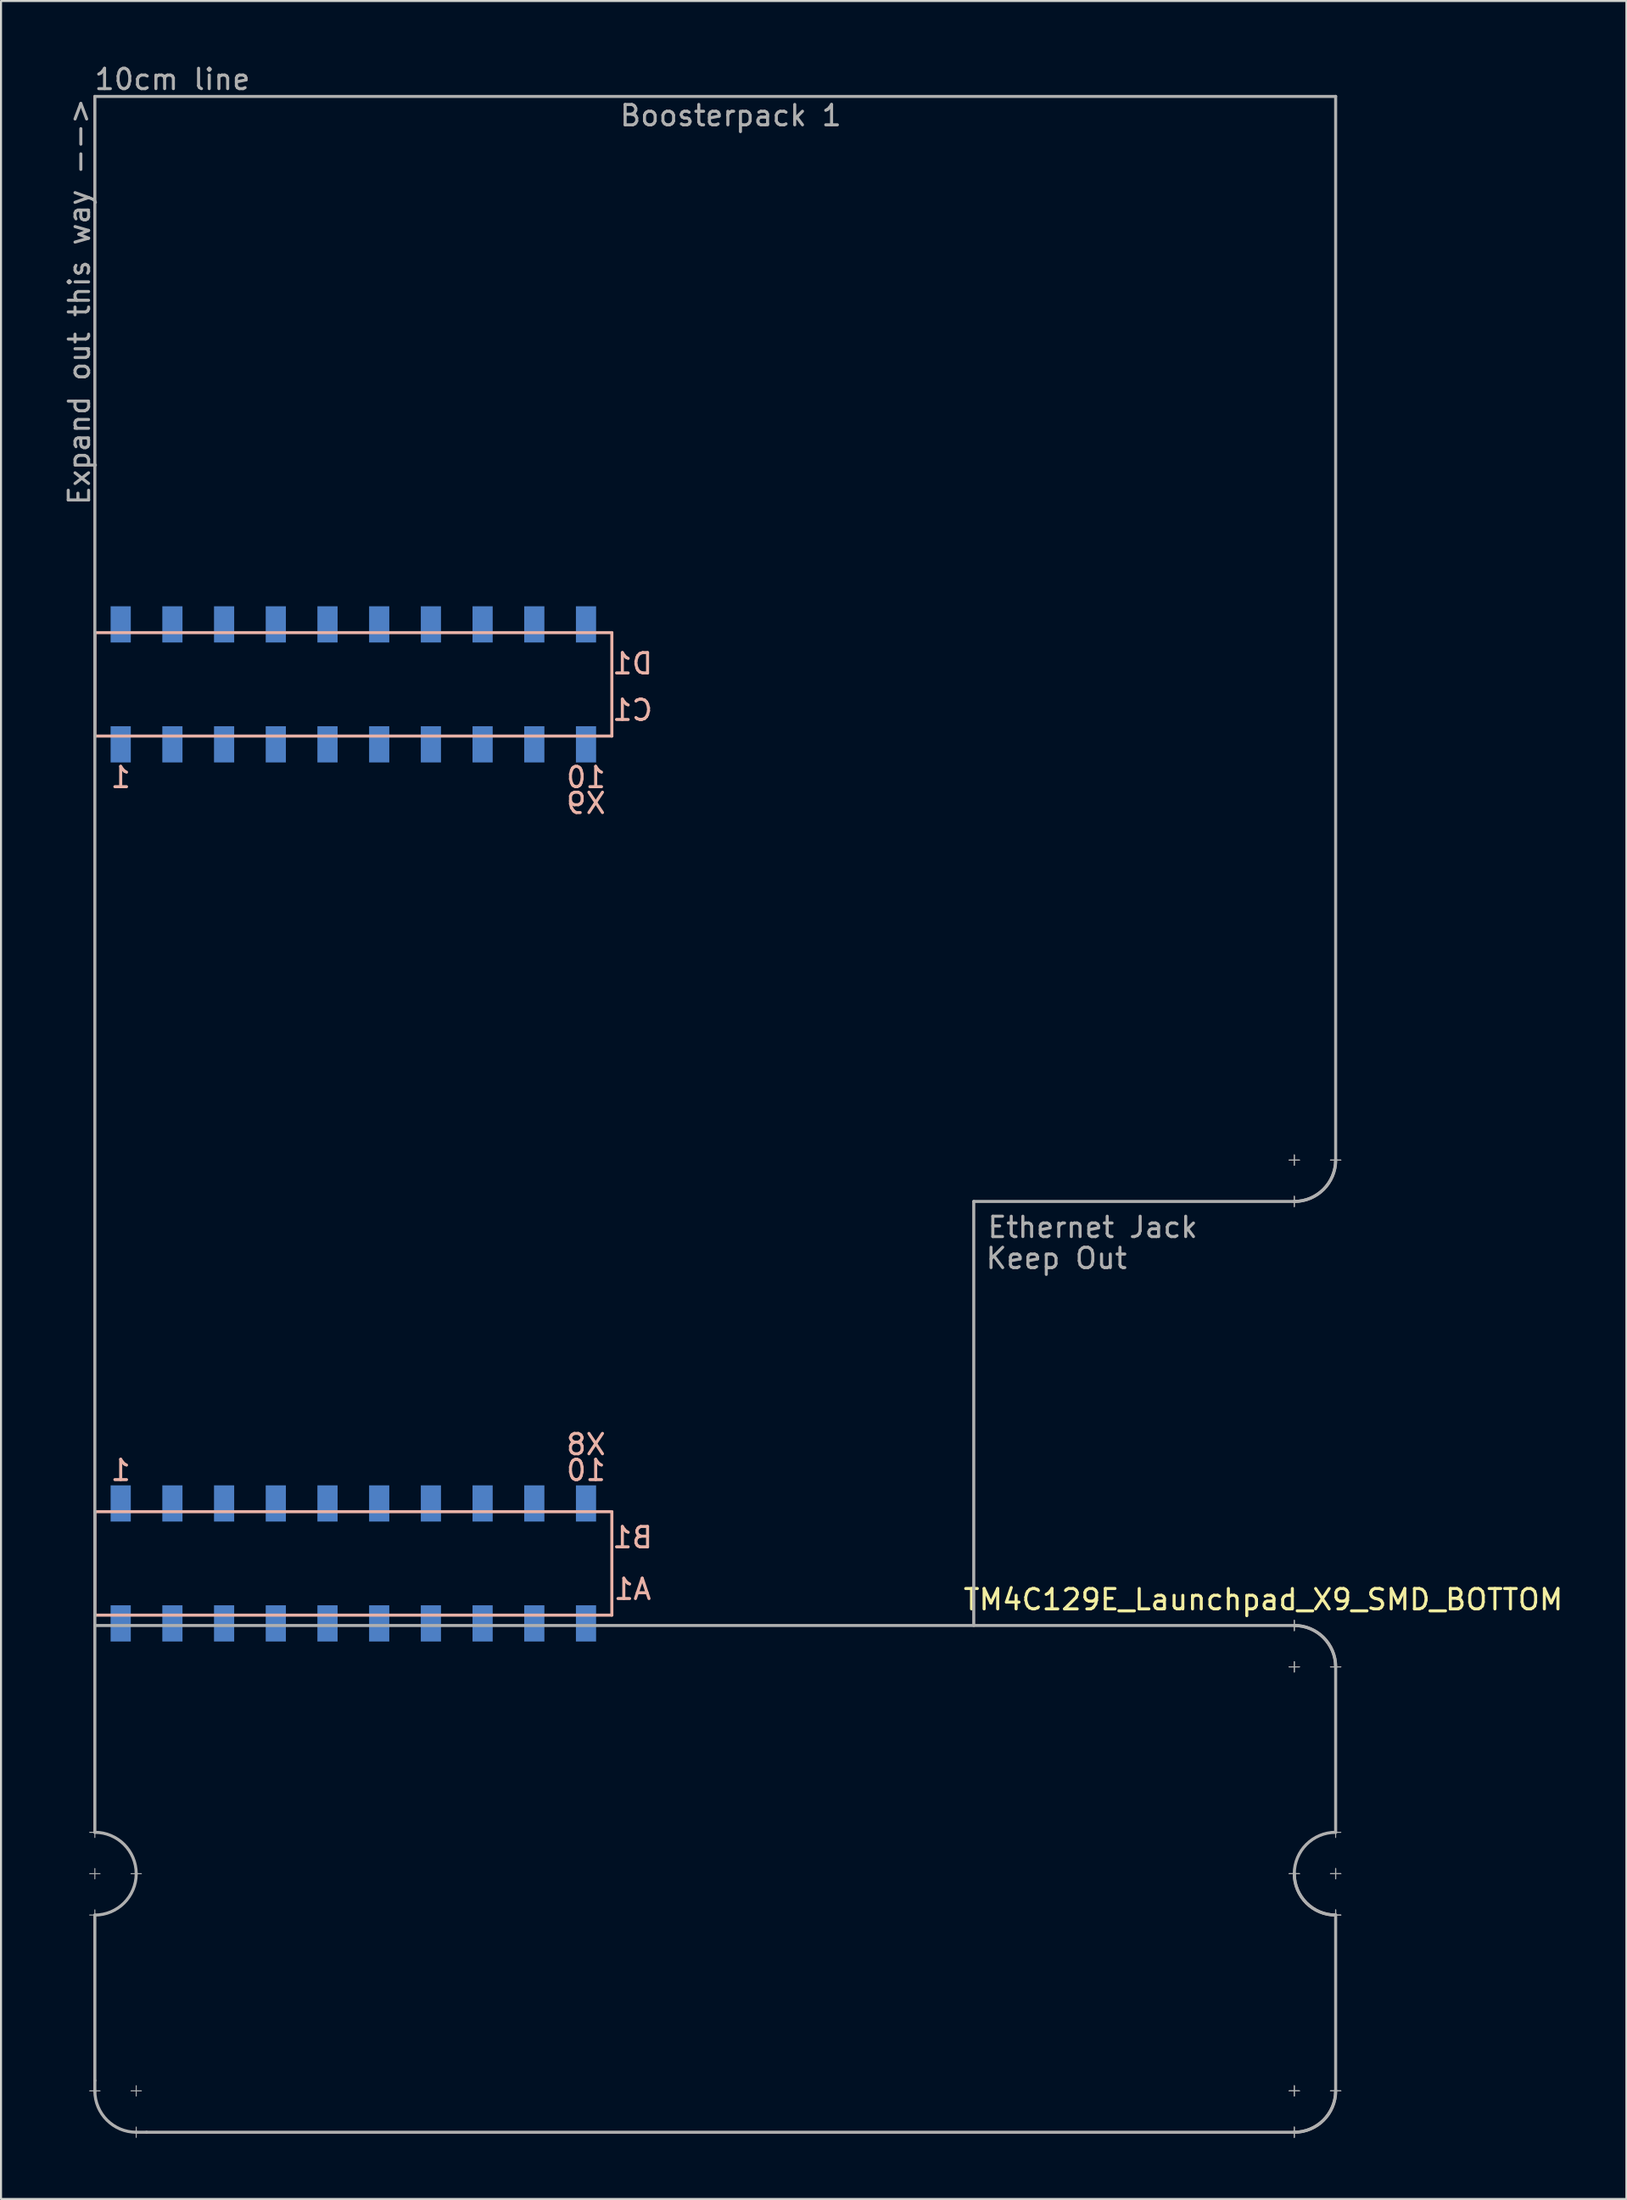
<source format=kicad_pcb>
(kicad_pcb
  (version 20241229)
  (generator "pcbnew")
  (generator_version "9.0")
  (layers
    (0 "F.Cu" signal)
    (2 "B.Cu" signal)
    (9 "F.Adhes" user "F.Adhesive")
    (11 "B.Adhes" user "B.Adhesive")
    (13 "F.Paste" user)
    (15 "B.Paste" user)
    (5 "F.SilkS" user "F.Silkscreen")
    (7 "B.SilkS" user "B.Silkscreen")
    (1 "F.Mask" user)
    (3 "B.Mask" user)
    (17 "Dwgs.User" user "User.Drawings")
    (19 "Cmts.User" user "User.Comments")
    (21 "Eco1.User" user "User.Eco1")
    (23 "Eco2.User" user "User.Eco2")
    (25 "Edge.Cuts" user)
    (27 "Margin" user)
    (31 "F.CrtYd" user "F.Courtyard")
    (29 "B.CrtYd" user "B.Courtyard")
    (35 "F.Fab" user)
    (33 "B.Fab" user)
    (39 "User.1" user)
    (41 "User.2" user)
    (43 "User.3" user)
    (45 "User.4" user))
  (footprint "TM4C129E_Launchpad_X9_SMD_BOTTOM"
    (layer "F.Cu")
    (at 1.61 76.286)
    (property "Reference" "TM4C129E_Launchpad_X9_SMD_BOTTOM" (at 57.404 -0.762 180) (layer "F.SilkS") (effects (font (size 1 1) (thickness 0.15))))
    (attr through_hole)
    (fp_line (start 0 -48.26) (end 0 -43.18) (stroke (width 0.15) (type solid)) (layer "B.SilkS"))
    (fp_line (start 0 -43.18) (end 25.4 -43.18) (stroke (width 0.15) (type solid)) (layer "B.SilkS"))
    (fp_line (start 0 -5.08) (end 0 0) (stroke (width 0.15) (type solid)) (layer "B.SilkS"))
    (fp_line (start 0 0) (end 25.4 0) (stroke (width 0.15) (type solid)) (layer "B.SilkS"))
    (fp_line (start 25.4 -48.26) (end 0 -48.26) (stroke (width 0.15) (type solid)) (layer "B.SilkS"))
    (fp_line (start 25.4 -43.18) (end 25.4 -48.26) (stroke (width 0.15) (type solid)) (layer "B.SilkS"))
    (fp_line (start 25.4 -5.08) (end 0 -5.08) (stroke (width 0.15) (type solid)) (layer "B.SilkS"))
    (fp_line (start 25.4 0) (end 25.4 -5.08) (stroke (width 0.15) (type solid)) (layer "B.SilkS"))
    (fp_line (start -0.254 10.668) (end 0.254 10.668) (stroke (width 0.05) (type solid)) (layer "F.Fab"))
    (fp_line (start -0.254 12.7) (end 0.254 12.7) (stroke (width 0.05) (type solid)) (layer "F.Fab"))
    (fp_line (start -0.254 14.732) (end 0.254 14.732) (stroke (width 0.05) (type solid)) (layer "F.Fab"))
    (fp_line (start -0.254 23.368) (end 0.254 23.368) (stroke (width 0.05) (type solid)) (layer "F.Fab"))
    (fp_line (start 0 -74.6) (end 60.96 -74.6) (stroke (width 0.15) (type solid)) (layer "F.Fab"))
    (fp_line (start 0 0) (end 0 -74.6) (stroke (width 0.15) (type solid)) (layer "F.Fab"))
    (fp_line (start 0 0) (end 0 10.668) (stroke (width 0.15) (type solid)) (layer "F.Fab"))
    (fp_line (start 0 0.508) (end 58.928 0.508) (stroke (width 0.15) (type solid)) (layer "F.Fab"))
    (fp_line (start 0 10.922) (end 0 10.414) (stroke (width 0.05) (type solid)) (layer "F.Fab"))
    (fp_line (start 0 12.954) (end 0 12.446) (stroke (width 0.05) (type solid)) (layer "F.Fab"))
    (fp_line (start 0 14.732) (end 0 22.86) (stroke (width 0.15) (type solid)) (layer "F.Fab"))
    (fp_line (start 0 14.986) (end 0 14.478) (stroke (width 0.05) (type solid)) (layer "F.Fab"))
    (fp_line (start 0 22.86) (end 0 23.393) (stroke (width 0.15) (type solid)) (layer "F.Fab"))
    (fp_line (start 1.778 12.7) (end 2.286 12.7) (stroke (width 0.05) (type solid)) (layer "F.Fab"))
    (fp_line (start 1.778 23.368) (end 2.286 23.368) (stroke (width 0.05) (type solid)) (layer "F.Fab"))
    (fp_line (start 2.032 23.622) (end 2.032 23.114) (stroke (width 0.05) (type solid)) (layer "F.Fab"))
    (fp_line (start 2.032 25.654) (end 2.032 25.146) (stroke (width 0.05) (type solid)) (layer "F.Fab"))
    (fp_line (start 2.54 25.4) (end 2.032 25.4) (stroke (width 0.15) (type solid)) (layer "F.Fab"))
    (fp_line (start 43.18 -20.32) (end 43.18 0.508) (stroke (width 0.15) (type solid)) (layer "F.Fab"))
    (fp_line (start 58.674 -22.352) (end 59.182 -22.352) (stroke (width 0.05) (type solid)) (layer "F.Fab"))
    (fp_line (start 58.674 -22.352) (end 59.182 -22.352) (stroke (width 0.05) (type solid)) (layer "F.Fab"))
    (fp_line (start 58.674 2.54) (end 59.182 2.54) (stroke (width 0.05) (type solid)) (layer "F.Fab"))
    (fp_line (start 58.674 2.54) (end 59.182 2.54) (stroke (width 0.05) (type solid)) (layer "F.Fab"))
    (fp_line (start 58.674 12.7) (end 59.182 12.7) (stroke (width 0.05) (type solid)) (layer "F.Fab"))
    (fp_line (start 58.674 12.7) (end 59.182 12.7) (stroke (width 0.05) (type solid)) (layer "F.Fab"))
    (fp_line (start 58.928 -22.606) (end 58.928 -22.098) (stroke (width 0.05) (type solid)) (layer "F.Fab"))
    (fp_line (start 58.928 -22.606) (end 58.928 -22.098) (stroke (width 0.05) (type solid)) (layer "F.Fab"))
    (fp_line (start 58.928 -20.574) (end 58.928 -20.066) (stroke (width 0.05) (type solid)) (layer "F.Fab"))
    (fp_line (start 58.928 -20.574) (end 58.928 -20.066) (stroke (width 0.05) (type solid)) (layer "F.Fab"))
    (fp_line (start 58.928 -20.32) (end 43.18 -20.32) (stroke (width 0.15) (type solid)) (layer "F.Fab"))
    (fp_line (start 58.928 0.762) (end 58.928 0.254) (stroke (width 0.05) (type solid)) (layer "F.Fab"))
    (fp_line (start 58.928 0.762) (end 58.928 0.254) (stroke (width 0.05) (type solid)) (layer "F.Fab"))
    (fp_line (start 58.928 2.794) (end 58.928 2.286) (stroke (width 0.05) (type solid)) (layer "F.Fab"))
    (fp_line (start 58.928 2.794) (end 58.928 2.286) (stroke (width 0.05) (type solid)) (layer "F.Fab"))
    (fp_line (start 58.928 23.622) (end 58.928 23.114) (stroke (width 0.05) (type solid)) (layer "F.Fab"))
    (fp_line (start 58.928 23.622) (end 58.928 23.114) (stroke (width 0.05) (type solid)) (layer "F.Fab"))
    (fp_line (start 58.928 25.4) (end 2.54 25.4) (stroke (width 0.15) (type solid)) (layer "F.Fab"))
    (fp_line (start 58.928 25.654) (end 58.928 25.146) (stroke (width 0.05) (type solid)) (layer "F.Fab"))
    (fp_line (start 58.928 25.654) (end 58.928 25.146) (stroke (width 0.05) (type solid)) (layer "F.Fab"))
    (fp_line (start 59.182 23.368) (end 58.674 23.368) (stroke (width 0.05) (type solid)) (layer "F.Fab"))
    (fp_line (start 59.182 23.368) (end 58.674 23.368) (stroke (width 0.05) (type solid)) (layer "F.Fab"))
    (fp_line (start 60.706 -22.352) (end 61.214 -22.352) (stroke (width 0.05) (type solid)) (layer "F.Fab"))
    (fp_line (start 60.706 -22.352) (end 61.214 -22.352) (stroke (width 0.05) (type solid)) (layer "F.Fab"))
    (fp_line (start 60.706 2.54) (end 61.214 2.54) (stroke (width 0.05) (type solid)) (layer "F.Fab"))
    (fp_line (start 60.706 2.54) (end 61.214 2.54) (stroke (width 0.05) (type solid)) (layer "F.Fab"))
    (fp_line (start 60.706 10.668) (end 61.214 10.668) (stroke (width 0.05) (type solid)) (layer "F.Fab"))
    (fp_line (start 60.706 12.7) (end 61.214 12.7) (stroke (width 0.05) (type solid)) (layer "F.Fab"))
    (fp_line (start 60.706 12.7) (end 61.214 12.7) (stroke (width 0.05) (type solid)) (layer "F.Fab"))
    (fp_line (start 60.706 14.732) (end 61.214 14.732) (stroke (width 0.05) (type solid)) (layer "F.Fab"))
    (fp_line (start 60.706 14.732) (end 61.214 14.732) (stroke (width 0.05) (type solid)) (layer "F.Fab"))
    (fp_line (start 60.96 -74.6) (end 60.96 -22.352) (stroke (width 0.15) (type solid)) (layer "F.Fab"))
    (fp_line (start 60.96 2.54) (end 60.96 10.668) (stroke (width 0.15) (type solid)) (layer "F.Fab"))
    (fp_line (start 60.96 10.922) (end 60.96 10.414) (stroke (width 0.05) (type solid)) (layer "F.Fab"))
    (fp_line (start 60.96 12.954) (end 60.96 12.446) (stroke (width 0.05) (type solid)) (layer "F.Fab"))
    (fp_line (start 60.96 12.954) (end 60.96 12.446) (stroke (width 0.05) (type solid)) (layer "F.Fab"))
    (fp_line (start 60.96 14.732) (end 60.96 23.368) (stroke (width 0.15) (type solid)) (layer "F.Fab"))
    (fp_line (start 60.96 14.986) (end 60.96 14.478) (stroke (width 0.05) (type solid)) (layer "F.Fab"))
    (fp_line (start 60.96 14.986) (end 60.96 14.478) (stroke (width 0.05) (type solid)) (layer "F.Fab"))
    (fp_line (start 60.96 23.622) (end 60.96 23.114) (stroke (width 0.05) (type solid)) (layer "F.Fab"))
    (fp_line (start 60.96 23.622) (end 60.96 23.114) (stroke (width 0.05) (type solid)) (layer "F.Fab"))
    (fp_line (start 61.214 23.368) (end 60.706 23.368) (stroke (width 0.05) (type solid)) (layer "F.Fab"))
    (fp_line (start 61.214 23.368) (end 60.706 23.368) (stroke (width 0.05) (type solid)) (layer "F.Fab"))
    (fp_arc (start 0 10.668) (mid 1.436841 11.263159) (end 2.032 12.7) (stroke (width 0.15) (type solid)) (layer "F.Fab"))
    (fp_arc (start 2.032 12.7) (mid 1.436841 14.136841) (end 0 14.732) (stroke (width 0.15) (type solid)) (layer "F.Fab"))
    (fp_arc (start 2.032 25.4) (mid 0.595159 24.804841) (end 0 23.368) (stroke (width 0.15) (type solid)) (layer "F.Fab"))
    (fp_arc (start 58.928 0.508) (mid 60.364841 1.103159) (end 60.96 2.54) (stroke (width 0.15) (type solid)) (layer "F.Fab"))
    (fp_arc (start 58.928 0.508) (mid 60.364841 1.103159) (end 60.96 2.54) (stroke (width 0.15) (type solid)) (layer "F.Fab"))
    (fp_arc (start 58.928 12.7) (mid 59.523159 11.263159) (end 60.96 10.668) (stroke (width 0.15) (type solid)) (layer "F.Fab"))
    (fp_arc (start 60.96 -22.352) (mid 60.364841 -20.915159) (end 58.928 -20.32) (stroke (width 0.15) (type solid)) (layer "F.Fab"))
    (fp_arc (start 60.96 -22.352) (mid 60.364841 -20.915159) (end 58.928 -20.32) (stroke (width 0.15) (type solid)) (layer "F.Fab"))
    (fp_arc (start 60.96 14.732) (mid 59.523159 14.136841) (end 58.928 12.7) (stroke (width 0.15) (type solid)) (layer "F.Fab"))
    (fp_arc (start 60.96 14.732) (mid 59.523159 14.136841) (end 58.928 12.7) (stroke (width 0.15) (type solid)) (layer "F.Fab"))
    (fp_arc (start 60.96 23.368) (mid 60.364841 24.804841) (end 58.928 25.4) (stroke (width 0.15) (type solid)) (layer "F.Fab"))
    (fp_arc (start 60.96 23.368) (mid 60.364841 24.804841) (end 58.928 25.4) (stroke (width 0.15) (type solid)) (layer "F.Fab"))
    (fp_text user "D1" (at 26.416 -46.736 180) (layer "B.SilkS") (effects (font (size 1 1) (thickness 0.15)) (justify mirror)))
    (fp_text user "1" (at 1.27 -41.148 180) (layer "B.SilkS") (effects (font (size 1 1) (thickness 0.15)) (justify mirror)))
    (fp_text user "10" (at 24.13 -41.148 180) (layer "B.SilkS") (effects (font (size 1 1) (thickness 0.15)) (justify mirror)))
    (fp_text user "B1" (at 26.416 -3.81 180) (layer "B.SilkS") (effects (font (size 1 1) (thickness 0.15)) (justify mirror)))
    (fp_text user "C1" (at 26.416 -44.45 180) (layer "B.SilkS") (effects (font (size 1 1) (thickness 0.15)) (justify mirror)))
    (fp_text user "A1" (at 26.416 -1.27 180) (layer "B.SilkS") (effects (font (size 1 1) (thickness 0.15)) (justify mirror)))
    (fp_text user "10" (at 24.13 -7.112 180) (layer "B.SilkS") (effects (font (size 1 1) (thickness 0.15)) (justify mirror)))
    (fp_text user "1" (at 1.27 -7.112 180) (layer "B.SilkS") (effects (font (size 1 1) (thickness 0.15)) (justify mirror)))
    (fp_text user "X9" (at 24.13 -39.878 180) (layer "B.SilkS") (effects (font (size 1 1) (thickness 0.15)) (justify mirror)))
    (fp_text user "X8" (at 24.13 -8.382 180) (layer "B.SilkS") (effects (font (size 1 1) (thickness 0.15)) (justify mirror)))
    (fp_text user "Expand out this way -->" (at -0.762 -64.516 90) (layer "F.Fab") (effects (font (size 1 1) (thickness 0.15))))
    (fp_text user "10cm line" (at 3.81 -75.438 0) (layer "F.Fab") (effects (font (size 1 1) (thickness 0.15))))
    (fp_text user "Ethernet Jack" (at 49.022 -19.05 0) (layer "F.Fab") (effects (font (size 1 1) (thickness 0.15))))
    (fp_text user "Boosterpack 1" (at 31.242 -73.66 0) (layer "F.Fab") (effects (font (size 1 1) (thickness 0.15))))
    (fp_text user "Keep Out" (at 47.244 -17.526 0) (layer "F.Fab") (effects (font (size 1 1) (thickness 0.15))))
    (pad "+3V3" smd rect (at 1.27 0.406 180) (size 0.991 1.778) (layers "B.Cu" "B.Mask" "B.Paste"))
    (pad "+5V" smd rect (at 1.27 -5.486 180) (size 0.991 1.778) (layers "B.Cu" "B.Mask" "B.Paste"))
    (pad "GND" smd rect (at 1.27 -48.666 180) (size 0.991 1.778) (layers "B.Cu" "B.Mask" "B.Paste"))
    (pad "GND" smd rect (at 3.81 -5.486 180) (size 0.991 1.778) (layers "B.Cu" "B.Mask" "B.Paste"))
    (pad "PA6" smd rect (at 19.05 -5.486 180) (size 0.991 1.778) (layers "B.Cu" "B.Mask" "B.Paste"))
    (pad "PB2" smd rect (at 21.59 0.406 180) (size 0.991 1.778) (layers "B.Cu" "B.Mask" "B.Paste"))
    (pad "PB3" smd rect (at 24.13 0.406 180) (size 0.991 1.778) (layers "B.Cu" "B.Mask" "B.Paste"))
    (pad "PC4" smd rect (at 6.35 0.406 180) (size 0.991 1.778) (layers "B.Cu" "B.Mask" "B.Paste"))
    (pad "PC5" smd rect (at 8.89 0.406 180) (size 0.991 1.778) (layers "B.Cu" "B.Mask" "B.Paste"))
    (pad "PC6" smd rect (at 11.43 0.406 180) (size 0.991 1.778) (layers "B.Cu" "B.Mask" "B.Paste"))
    (pad "PC7" smd rect (at 19.05 0.406 180) (size 0.991 1.778) (layers "B.Cu" "B.Mask" "B.Paste"))
    (pad "PD0" smd rect (at 16.51 -48.666 180) (size 0.991 1.778) (layers "B.Cu" "B.Mask" "B.Paste"))
    (pad "PD1" smd rect (at 13.97 -48.666 180) (size 0.991 1.778) (layers "B.Cu" "B.Mask" "B.Paste"))
    (pad "PD3" smd rect (at 16.51 0.406 180) (size 0.991 1.778) (layers "B.Cu" "B.Mask" "B.Paste"))
    (pad "PD7" smd rect (at 16.51 -5.486 180) (size 0.991 1.778) (layers "B.Cu" "B.Mask" "B.Paste"))
    (pad "PE0" smd rect (at 6.35 -5.486 180) (size 0.991 1.778) (layers "B.Cu" "B.Mask" "B.Paste"))
    (pad "PE1" smd rect (at 8.89 -5.486 180) (size 0.991 1.778) (layers "B.Cu" "B.Mask" "B.Paste"))
    (pad "PE2" smd rect (at 11.43 -5.486 180) (size 0.991 1.778) (layers "B.Cu" "B.Mask" "B.Paste"))
    (pad "PE3" smd rect (at 13.97 -5.486 180) (size 0.991 1.778) (layers "B.Cu" "B.Mask" "B.Paste"))
    (pad "PE4" smd rect (at 3.81 0.406 180) (size 0.991 1.778) (layers "B.Cu" "B.Mask" "B.Paste"))
    (pad "PE5" smd rect (at 13.97 0.406 180) (size 0.991 1.778) (layers "B.Cu" "B.Mask" "B.Paste"))
    (pad "PF1" smd rect (at 1.27 -42.774 180) (size 0.991 1.778) (layers "B.Cu" "B.Mask" "B.Paste"))
    (pad "PF2" smd rect (at 3.81 -42.774 180) (size 0.991 1.778) (layers "B.Cu" "B.Mask" "B.Paste"))
    (pad "PF3" smd rect (at 6.35 -42.774 180) (size 0.991 1.778) (layers "B.Cu" "B.Mask" "B.Paste"))
    (pad "PG0" smd rect (at 8.89 -42.774 180) (size 0.991 1.778) (layers "B.Cu" "B.Mask" "B.Paste"))
    (pad "PH2" smd rect (at 6.35 -48.666 180) (size 0.991 1.778) (layers "B.Cu" "B.Mask" "B.Paste"))
    (pad "PH3" smd rect (at 8.89 -48.666 180) (size 0.991 1.778) (layers "B.Cu" "B.Mask" "B.Paste"))
    (pad "PL0" smd rect (at 16.51 -42.774 180) (size 0.991 1.778) (layers "B.Cu" "B.Mask" "B.Paste"))
    (pad "PL1" smd rect (at 19.05 -42.774 180) (size 0.991 1.778) (layers "B.Cu" "B.Mask" "B.Paste"))
    (pad "PL2" smd rect (at 21.59 -42.774 180) (size 0.991 1.778) (layers "B.Cu" "B.Mask" "B.Paste"))
    (pad "PL3" smd rect (at 24.13 -42.774 180) (size 0.991 1.778) (layers "B.Cu" "B.Mask" "B.Paste"))
    (pad "PL4" smd rect (at 11.43 -42.774 180) (size 0.991 1.778) (layers "B.Cu" "B.Mask" "B.Paste"))
    (pad "PL5" smd rect (at 13.97 -42.774 180) (size 0.991 1.778) (layers "B.Cu" "B.Mask" "B.Paste"))
    (pad "PM3" smd rect (at 3.81 -48.666 180) (size 0.991 1.778) (layers "B.Cu" "B.Mask" "B.Paste"))
    (pad "PM4" smd rect (at 21.59 -5.486 180) (size 0.991 1.778) (layers "B.Cu" "B.Mask" "B.Paste"))
    (pad "PM5" smd rect (at 24.13 -5.486 180) (size 0.991 1.778) (layers "B.Cu" "B.Mask" "B.Paste"))
    (pad "PN2" smd rect (at 19.05 -48.666 180) (size 0.991 1.778) (layers "B.Cu" "B.Mask" "B.Paste"))
    (pad "PN3" smd rect (at 21.59 -48.666 180) (size 0.991 1.778) (layers "B.Cu" "B.Mask" "B.Paste"))
    (pad "PP2" smd rect (at 24.13 -48.666 180) (size 0.991 1.778) (layers "B.Cu" "B.Mask" "B.Paste"))
    (pad "Rese" smd rect (at 11.43 -48.666 180) (size 0.991 1.778) (layers "B.Cu" "B.Mask" "B.Paste")))
  (gr_rect
    (start -3 -3)
    (end 76.854 104.965)
    (stroke (width 0.1) (type default))
    (fill no)
    (layer "Edge.Cuts")))
</source>
